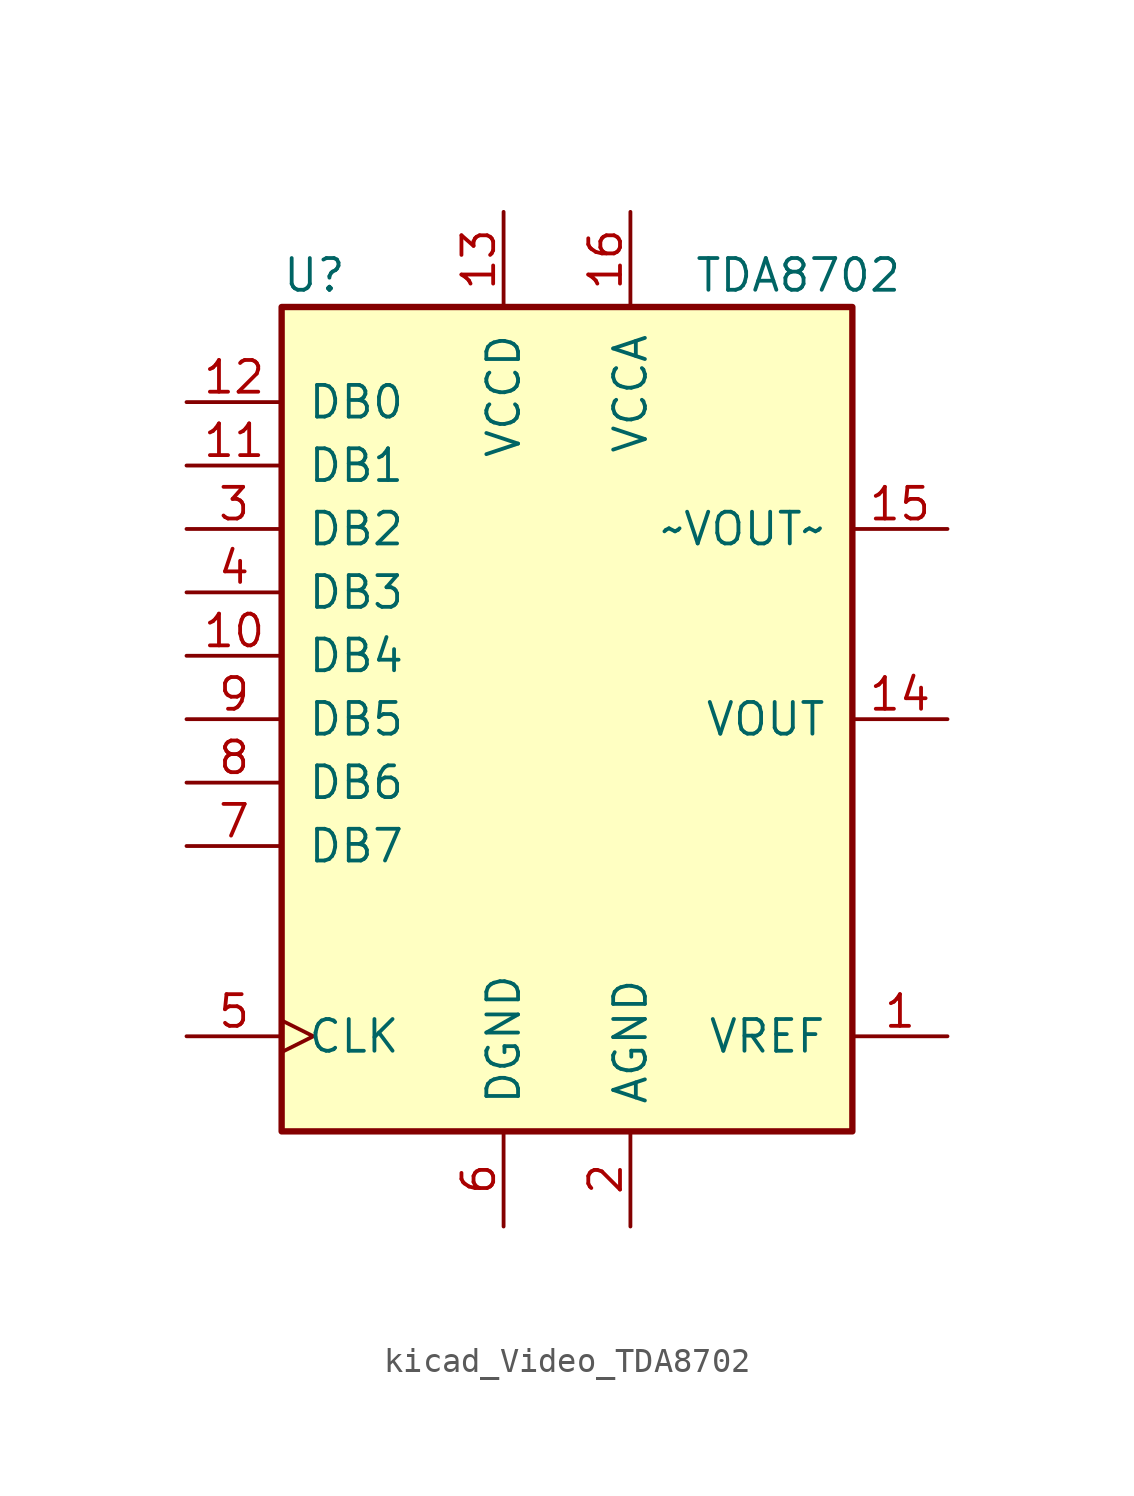
<source format=kicad_sym>
(kicad_symbol_lib
  (version 20220914)
  (generator kicad_symbol_editor)
  (symbol "kicad_Video_TDA8702"
    (pin_names
      (offset 1.016))
    (property "Reference" "U"
      (at -11.43 17.78 0)
      (effects (font (size 1.27 1.27)) (justify left)))
    (property "Value" "TDA8702"
      (at 5.08 17.78 0)
      (effects (font (size 1.27 1.27)) (justify left)))
    (symbol "kicad_Video_TDA8702_0_1"
      (rectangle (start -11.43 16.51) (end 11.43 -16.51) (stroke (width 0.254) (type default)) (fill (type background))))
    (symbol "kicad_Video_TDA8702_1_1"
      (pin bidirectional line (at 15.24 -12.7 180) (length 3.81) (name "VREF" (effects (font (size 1.27 1.27)))) (number "1" (effects (font (size 1.27 1.27)))))
      (pin input line (at -15.24 2.54 0) (length 3.81) (name "DB4" (effects (font (size 1.27 1.27)))) (number "10" (effects (font (size 1.27 1.27)))))
      (pin input line (at -15.24 10.16 0) (length 3.81) (name "DB1" (effects (font (size 1.27 1.27)))) (number "11" (effects (font (size 1.27 1.27)))))
      (pin input line (at -15.24 12.7 0) (length 3.81) (name "DB0" (effects (font (size 1.27 1.27)))) (number "12" (effects (font (size 1.27 1.27)))))
      (pin power_in line (at -2.54 20.32 270) (length 3.81) (name "VCCD" (effects (font (size 1.27 1.27)))) (number "13" (effects (font (size 1.27 1.27)))))
      (pin output line (at 15.24 0 180) (length 3.81) (name "VOUT" (effects (font (size 1.27 1.27)))) (number "14" (effects (font (size 1.27 1.27)))))
      (pin output line (at 15.24 7.62 180) (length 3.81) (name "~VOUT~" (effects (font (size 1.27 1.27)))) (number "15" (effects (font (size 1.27 1.27)))))
      (pin power_in line (at 2.54 20.32 270) (length 3.81) (name "VCCA" (effects (font (size 1.27 1.27)))) (number "16" (effects (font (size 1.27 1.27)))))
      (pin power_in line (at 2.54 -20.32 90) (length 3.81) (name "AGND" (effects (font (size 1.27 1.27)))) (number "2" (effects (font (size 1.27 1.27)))))
      (pin input line (at -15.24 7.62 0) (length 3.81) (name "DB2" (effects (font (size 1.27 1.27)))) (number "3" (effects (font (size 1.27 1.27)))))
      (pin input line (at -15.24 5.08 0) (length 3.81) (name "DB3" (effects (font (size 1.27 1.27)))) (number "4" (effects (font (size 1.27 1.27)))))
      (pin input clock (at -15.24 -12.7 0) (length 3.81) (name "CLK" (effects (font (size 1.27 1.27)))) (number "5" (effects (font (size 1.27 1.27)))))
      (pin power_in line (at -2.54 -20.32 90) (length 3.81) (name "DGND" (effects (font (size 1.27 1.27)))) (number "6" (effects (font (size 1.27 1.27)))))
      (pin input line (at -15.24 -5.08 0) (length 3.81) (name "DB7" (effects (font (size 1.27 1.27)))) (number "7" (effects (font (size 1.27 1.27)))))
      (pin input line (at -15.24 -2.54 0) (length 3.81) (name "DB6" (effects (font (size 1.27 1.27)))) (number "8" (effects (font (size 1.27 1.27)))))
      (pin input line (at -15.24 0 0) (length 3.81) (name "DB5" (effects (font (size 1.27 1.27)))) (number "9" (effects (font (size 1.27 1.27))))))))
</source>
